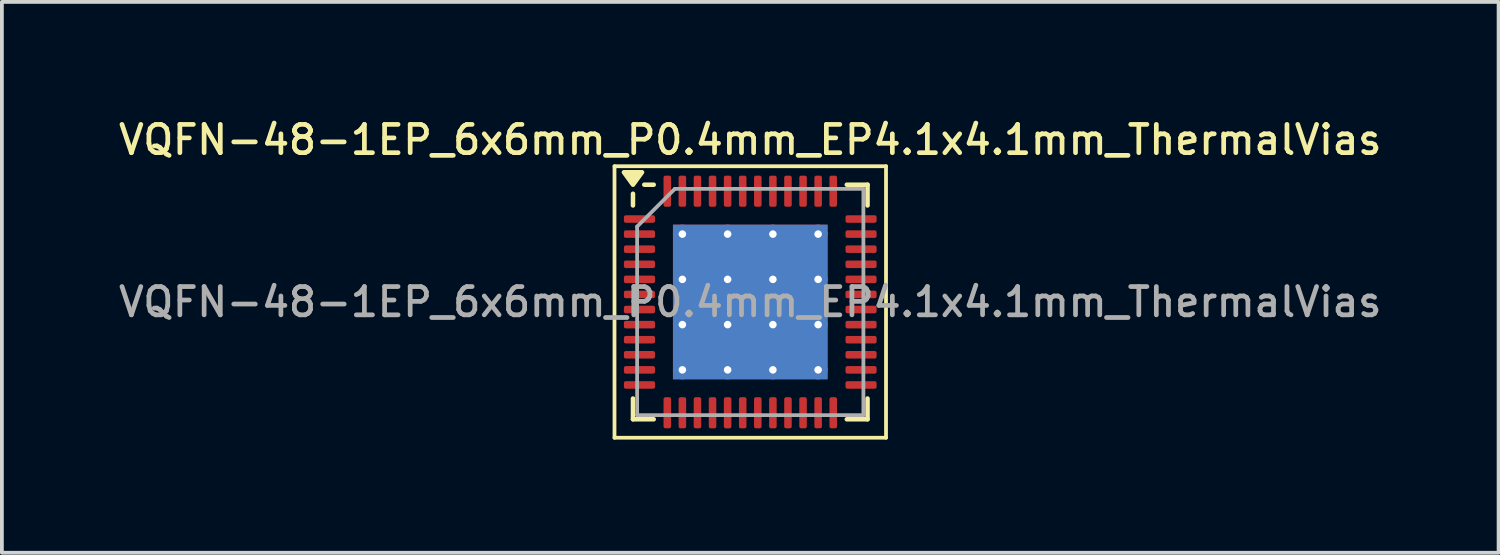
<source format=kicad_pcb>
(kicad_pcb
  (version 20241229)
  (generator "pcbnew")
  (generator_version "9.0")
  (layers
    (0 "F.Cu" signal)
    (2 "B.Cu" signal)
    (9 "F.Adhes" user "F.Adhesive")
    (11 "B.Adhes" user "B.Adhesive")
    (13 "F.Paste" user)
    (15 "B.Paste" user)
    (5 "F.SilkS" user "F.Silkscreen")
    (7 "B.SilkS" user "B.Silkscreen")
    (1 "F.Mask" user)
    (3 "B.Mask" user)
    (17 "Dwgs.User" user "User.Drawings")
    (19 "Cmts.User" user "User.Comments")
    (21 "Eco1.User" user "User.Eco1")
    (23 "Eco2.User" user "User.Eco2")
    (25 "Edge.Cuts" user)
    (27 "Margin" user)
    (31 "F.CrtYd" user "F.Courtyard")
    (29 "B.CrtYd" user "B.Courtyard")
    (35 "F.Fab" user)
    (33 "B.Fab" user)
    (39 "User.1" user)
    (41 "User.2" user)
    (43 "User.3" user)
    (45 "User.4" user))
  (footprint "VQFN-48-1EP_6x6mm_P0.4mm_EP4.1x4.1mm_ThermalVias"
    (layer "F.Cu")
    (at 16.845 4.958)
    (property "Reference" "VQFN-48-1EP_6x6mm_P0.4mm_EP4.1x4.1mm_ThermalVias" (at 0 -4.3 0) (layer "F.SilkS") (effects (font (size 0.75 0.75) (thickness 0.125))))
    (attr smd)
    (fp_line (start -3.6 -3.6) (end -3.6 3.6) (stroke (width 0.1) (type solid)) (layer "F.SilkS"))
    (fp_line (start -3.6 3.6) (end 3.6 3.6) (stroke (width 0.1) (type solid)) (layer "F.SilkS"))
    (fp_line (start -3.11 -2.56) (end -3.11 -2.87) (stroke (width 0.12) (type solid)) (layer "F.SilkS"))
    (fp_line (start -3.11 3.11) (end -3.11 2.56) (stroke (width 0.12) (type solid)) (layer "F.SilkS"))
    (fp_line (start -2.56 -3.11) (end -2.81 -3.11) (stroke (width 0.12) (type solid)) (layer "F.SilkS"))
    (fp_line (start -2.56 3.11) (end -3.11 3.11) (stroke (width 0.12) (type solid)) (layer "F.SilkS"))
    (fp_line (start 2.56 -3.11) (end 3.11 -3.11) (stroke (width 0.12) (type solid)) (layer "F.SilkS"))
    (fp_line (start 2.56 3.11) (end 3.11 3.11) (stroke (width 0.12) (type solid)) (layer "F.SilkS"))
    (fp_line (start 3.11 -3.11) (end 3.11 -2.56) (stroke (width 0.12) (type solid)) (layer "F.SilkS"))
    (fp_line (start 3.11 3.11) (end 3.11 2.56) (stroke (width 0.12) (type solid)) (layer "F.SilkS"))
    (fp_line (start 3.6 -3.6) (end -3.6 -3.6) (stroke (width 0.1) (type solid)) (layer "F.SilkS"))
    (fp_line (start 3.6 3.6) (end 3.6 -3.6) (stroke (width 0.1) (type solid)) (layer "F.SilkS"))
    (fp_poly (pts (xy -3.11 -3.11) (xy -3.35 -3.44) (xy -2.87 -3.44) (xy -3.11 -3.11)) (stroke (width 0.12) (type solid)) (fill yes) (layer "F.SilkS"))
    (fp_line (start -3 -2) (end -2 -3) (stroke (width 0.1) (type solid)) (layer "F.Fab"))
    (fp_line (start -3 3) (end -3 -2) (stroke (width 0.1) (type solid)) (layer "F.Fab"))
    (fp_line (start -2 -3) (end 3 -3) (stroke (width 0.1) (type solid)) (layer "F.Fab"))
    (fp_line (start 3 -3) (end 3 3) (stroke (width 0.1) (type solid)) (layer "F.Fab"))
    (fp_line (start 3 3) (end -3 3) (stroke (width 0.1) (type solid)) (layer "F.Fab"))
    (fp_text user "${REFERENCE}" (at 0 0 0) (layer "F.Fab") (effects (font (size 0.75 0.75) (thickness 0.125))))
    (pad "" smd roundrect (at -1.37 -1.37) (size 1.1 1.1) (layers "F.Paste") (roundrect_rratio 0.227))
    (pad "" smd roundrect (at -1.37 0) (size 1.1 1.1) (layers "F.Paste") (roundrect_rratio 0.227))
    (pad "" smd roundrect (at -1.37 1.37) (size 1.1 1.1) (layers "F.Paste") (roundrect_rratio 0.227))
    (pad "" smd roundrect (at 0 -1.37) (size 1.1 1.1) (layers "F.Paste") (roundrect_rratio 0.227))
    (pad "" smd roundrect (at 0 0) (size 1.1 1.1) (layers "F.Paste") (roundrect_rratio 0.227))
    (pad "" smd roundrect (at 0 1.37) (size 1.1 1.1) (layers "F.Paste") (roundrect_rratio 0.227))
    (pad "" smd roundrect (at 1.37 -1.37) (size 1.1 1.1) (layers "F.Paste") (roundrect_rratio 0.227))
    (pad "" smd roundrect (at 1.37 0) (size 1.1 1.1) (layers "F.Paste") (roundrect_rratio 0.227))
    (pad "" smd roundrect (at 1.37 1.37) (size 1.1 1.1) (layers "F.Paste") (roundrect_rratio 0.227))
    (pad "1" smd roundrect (at -2.938 -2.2) (size 0.825 0.2) (layers "F.Cu" "F.Mask" "F.Paste") (roundrect_rratio 0.25))
    (pad "2" smd roundrect (at -2.938 -1.8) (size 0.825 0.2) (layers "F.Cu" "F.Mask" "F.Paste") (roundrect_rratio 0.25))
    (pad "3" smd roundrect (at -2.938 -1.4) (size 0.825 0.2) (layers "F.Cu" "F.Mask" "F.Paste") (roundrect_rratio 0.25))
    (pad "4" smd roundrect (at -2.938 -1) (size 0.825 0.2) (layers "F.Cu" "F.Mask" "F.Paste") (roundrect_rratio 0.25))
    (pad "5" smd roundrect (at -2.938 -0.6) (size 0.825 0.2) (layers "F.Cu" "F.Mask" "F.Paste") (roundrect_rratio 0.25))
    (pad "6" smd roundrect (at -2.938 -0.2) (size 0.825 0.2) (layers "F.Cu" "F.Mask" "F.Paste") (roundrect_rratio 0.25))
    (pad "7" smd roundrect (at -2.938 0.2) (size 0.825 0.2) (layers "F.Cu" "F.Mask" "F.Paste") (roundrect_rratio 0.25))
    (pad "8" smd roundrect (at -2.938 0.6) (size 0.825 0.2) (layers "F.Cu" "F.Mask" "F.Paste") (roundrect_rratio 0.25))
    (pad "9" smd roundrect (at -2.938 1) (size 0.825 0.2) (layers "F.Cu" "F.Mask" "F.Paste") (roundrect_rratio 0.25))
    (pad "10" smd roundrect (at -2.938 1.4) (size 0.825 0.2) (layers "F.Cu" "F.Mask" "F.Paste") (roundrect_rratio 0.25))
    (pad "11" smd roundrect (at -2.938 1.8) (size 0.825 0.2) (layers "F.Cu" "F.Mask" "F.Paste") (roundrect_rratio 0.25))
    (pad "12" smd roundrect (at -2.938 2.2) (size 0.825 0.2) (layers "F.Cu" "F.Mask" "F.Paste") (roundrect_rratio 0.25))
    (pad "13" smd roundrect (at -2.2 2.938) (size 0.2 0.825) (layers "F.Cu" "F.Mask" "F.Paste") (roundrect_rratio 0.25))
    (pad "14" smd roundrect (at -1.8 2.938) (size 0.2 0.825) (layers "F.Cu" "F.Mask" "F.Paste") (roundrect_rratio 0.25))
    (pad "15" smd roundrect (at -1.4 2.938) (size 0.2 0.825) (layers "F.Cu" "F.Mask" "F.Paste") (roundrect_rratio 0.25))
    (pad "16" smd roundrect (at -1 2.938) (size 0.2 0.825) (layers "F.Cu" "F.Mask" "F.Paste") (roundrect_rratio 0.25))
    (pad "17" smd roundrect (at -0.6 2.938) (size 0.2 0.825) (layers "F.Cu" "F.Mask" "F.Paste") (roundrect_rratio 0.25))
    (pad "18" smd roundrect (at -0.2 2.938) (size 0.2 0.825) (layers "F.Cu" "F.Mask" "F.Paste") (roundrect_rratio 0.25))
    (pad "19" smd roundrect (at 0.2 2.938) (size 0.2 0.825) (layers "F.Cu" "F.Mask" "F.Paste") (roundrect_rratio 0.25))
    (pad "20" smd roundrect (at 0.6 2.938) (size 0.2 0.825) (layers "F.Cu" "F.Mask" "F.Paste") (roundrect_rratio 0.25))
    (pad "21" smd roundrect (at 1 2.938) (size 0.2 0.825) (layers "F.Cu" "F.Mask" "F.Paste") (roundrect_rratio 0.25))
    (pad "22" smd roundrect (at 1.4 2.938) (size 0.2 0.825) (layers "F.Cu" "F.Mask" "F.Paste") (roundrect_rratio 0.25))
    (pad "23" smd roundrect (at 1.8 2.938) (size 0.2 0.825) (layers "F.Cu" "F.Mask" "F.Paste") (roundrect_rratio 0.25))
    (pad "24" smd roundrect (at 2.2 2.938) (size 0.2 0.825) (layers "F.Cu" "F.Mask" "F.Paste") (roundrect_rratio 0.25))
    (pad "25" smd roundrect (at 2.938 2.2) (size 0.825 0.2) (layers "F.Cu" "F.Mask" "F.Paste") (roundrect_rratio 0.25))
    (pad "26" smd roundrect (at 2.938 1.8) (size 0.825 0.2) (layers "F.Cu" "F.Mask" "F.Paste") (roundrect_rratio 0.25))
    (pad "27" smd roundrect (at 2.938 1.4) (size 0.825 0.2) (layers "F.Cu" "F.Mask" "F.Paste") (roundrect_rratio 0.25))
    (pad "28" smd roundrect (at 2.938 1) (size 0.825 0.2) (layers "F.Cu" "F.Mask" "F.Paste") (roundrect_rratio 0.25))
    (pad "29" smd roundrect (at 2.938 0.6) (size 0.825 0.2) (layers "F.Cu" "F.Mask" "F.Paste") (roundrect_rratio 0.25))
    (pad "30" smd roundrect (at 2.938 0.2) (size 0.825 0.2) (layers "F.Cu" "F.Mask" "F.Paste") (roundrect_rratio 0.25))
    (pad "31" smd roundrect (at 2.938 -0.2) (size 0.825 0.2) (layers "F.Cu" "F.Mask" "F.Paste") (roundrect_rratio 0.25))
    (pad "32" smd roundrect (at 2.938 -0.6) (size 0.825 0.2) (layers "F.Cu" "F.Mask" "F.Paste") (roundrect_rratio 0.25))
    (pad "33" smd roundrect (at 2.938 -1) (size 0.825 0.2) (layers "F.Cu" "F.Mask" "F.Paste") (roundrect_rratio 0.25))
    (pad "34" smd roundrect (at 2.938 -1.4) (size 0.825 0.2) (layers "F.Cu" "F.Mask" "F.Paste") (roundrect_rratio 0.25))
    (pad "35" smd roundrect (at 2.938 -1.8) (size 0.825 0.2) (layers "F.Cu" "F.Mask" "F.Paste") (roundrect_rratio 0.25))
    (pad "36" smd roundrect (at 2.938 -2.2) (size 0.825 0.2) (layers "F.Cu" "F.Mask" "F.Paste") (roundrect_rratio 0.25))
    (pad "37" smd roundrect (at 2.2 -2.938) (size 0.2 0.825) (layers "F.Cu" "F.Mask" "F.Paste") (roundrect_rratio 0.25))
    (pad "38" smd roundrect (at 1.8 -2.938) (size 0.2 0.825) (layers "F.Cu" "F.Mask" "F.Paste") (roundrect_rratio 0.25))
    (pad "39" smd roundrect (at 1.4 -2.938) (size 0.2 0.825) (layers "F.Cu" "F.Mask" "F.Paste") (roundrect_rratio 0.25))
    (pad "40" smd roundrect (at 1 -2.938) (size 0.2 0.825) (layers "F.Cu" "F.Mask" "F.Paste") (roundrect_rratio 0.25))
    (pad "41" smd roundrect (at 0.6 -2.938) (size 0.2 0.825) (layers "F.Cu" "F.Mask" "F.Paste") (roundrect_rratio 0.25))
    (pad "42" smd roundrect (at 0.2 -2.938) (size 0.2 0.825) (layers "F.Cu" "F.Mask" "F.Paste") (roundrect_rratio 0.25))
    (pad "43" smd roundrect (at -0.2 -2.938) (size 0.2 0.825) (layers "F.Cu" "F.Mask" "F.Paste") (roundrect_rratio 0.25))
    (pad "44" smd roundrect (at -0.6 -2.938) (size 0.2 0.825) (layers "F.Cu" "F.Mask" "F.Paste") (roundrect_rratio 0.25))
    (pad "45" smd roundrect (at -1 -2.938) (size 0.2 0.825) (layers "F.Cu" "F.Mask" "F.Paste") (roundrect_rratio 0.25))
    (pad "46" smd roundrect (at -1.4 -2.938) (size 0.2 0.825) (layers "F.Cu" "F.Mask" "F.Paste") (roundrect_rratio 0.25))
    (pad "47" smd roundrect (at -1.8 -2.938) (size 0.2 0.825) (layers "F.Cu" "F.Mask" "F.Paste") (roundrect_rratio 0.25))
    (pad "48" smd roundrect (at -2.2 -2.938) (size 0.2 0.825) (layers "F.Cu" "F.Mask" "F.Paste") (roundrect_rratio 0.25))
    (pad "49" thru_hole circle (at -1.8 -1.8) (size 0.5 0.5) (drill 0.2) (property pad_prop_heatsink) (layers "*.Cu"))
    (pad "49" thru_hole circle (at -1.8 -0.6) (size 0.5 0.5) (drill 0.2) (property pad_prop_heatsink) (layers "*.Cu"))
    (pad "49" thru_hole circle (at -1.8 0.6) (size 0.5 0.5) (drill 0.2) (property pad_prop_heatsink) (layers "*.Cu"))
    (pad "49" thru_hole circle (at -1.8 1.8) (size 0.5 0.5) (drill 0.2) (property pad_prop_heatsink) (layers "*.Cu"))
    (pad "49" thru_hole circle (at -0.6 -1.8) (size 0.5 0.5) (drill 0.2) (property pad_prop_heatsink) (layers "*.Cu"))
    (pad "49" thru_hole circle (at -0.6 -0.6) (size 0.5 0.5) (drill 0.2) (property pad_prop_heatsink) (layers "*.Cu"))
    (pad "49" thru_hole circle (at -0.6 0.6) (size 0.5 0.5) (drill 0.2) (property pad_prop_heatsink) (layers "*.Cu"))
    (pad "49" thru_hole circle (at -0.6 1.8) (size 0.5 0.5) (drill 0.2) (property pad_prop_heatsink) (layers "*.Cu"))
    (pad "49" smd rect (at 0 0) (size 4.1 4.1) (property pad_prop_heatsink) (layers "F.Cu" "F.Mask"))
    (pad "49" smd rect (at 0 0) (size 4.1 4.1) (property pad_prop_heatsink) (layers "B.Cu"))
    (pad "49" thru_hole circle (at 0.6 -1.8) (size 0.5 0.5) (drill 0.2) (property pad_prop_heatsink) (layers "*.Cu"))
    (pad "49" thru_hole circle (at 0.6 -0.6) (size 0.5 0.5) (drill 0.2) (property pad_prop_heatsink) (layers "*.Cu"))
    (pad "49" thru_hole circle (at 0.6 0.6) (size 0.5 0.5) (drill 0.2) (property pad_prop_heatsink) (layers "*.Cu"))
    (pad "49" thru_hole circle (at 0.6 1.8) (size 0.5 0.5) (drill 0.2) (property pad_prop_heatsink) (layers "*.Cu"))
    (pad "49" thru_hole circle (at 1.8 -1.8) (size 0.5 0.5) (drill 0.2) (property pad_prop_heatsink) (layers "*.Cu"))
    (pad "49" thru_hole circle (at 1.8 -0.6) (size 0.5 0.5) (drill 0.2) (property pad_prop_heatsink) (layers "*.Cu"))
    (pad "49" thru_hole circle (at 1.8 0.6) (size 0.5 0.5) (drill 0.2) (property pad_prop_heatsink) (layers "*.Cu"))
    (pad "49" thru_hole circle (at 1.8 1.8) (size 0.5 0.5) (drill 0.2) (property pad_prop_heatsink) (layers "*.Cu")))
  (gr_rect
    (start -3 -3)
    (end 36.689 11.608)
    (stroke (width 0.1) (type default))
    (fill no)
    (layer "Edge.Cuts")))
</source>
